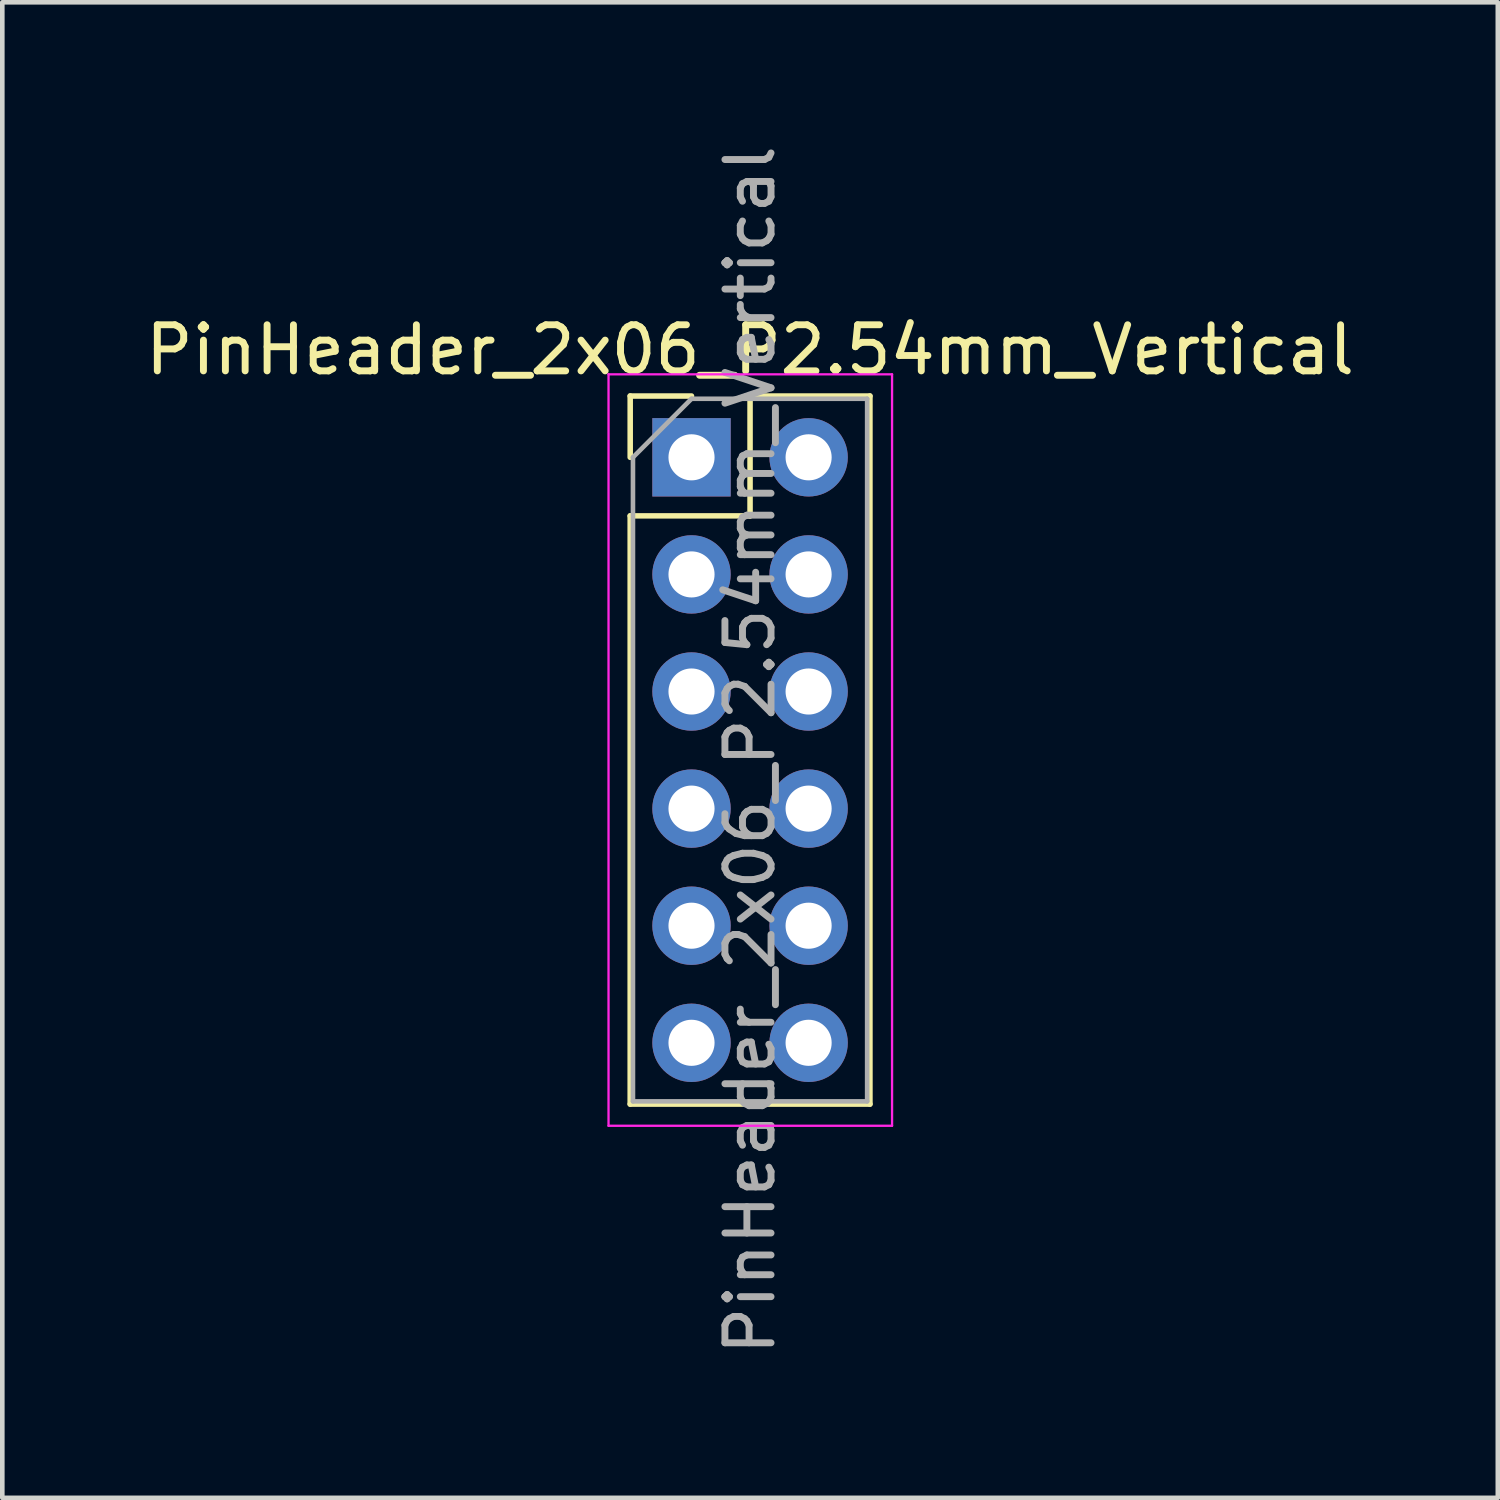
<source format=kicad_pcb>
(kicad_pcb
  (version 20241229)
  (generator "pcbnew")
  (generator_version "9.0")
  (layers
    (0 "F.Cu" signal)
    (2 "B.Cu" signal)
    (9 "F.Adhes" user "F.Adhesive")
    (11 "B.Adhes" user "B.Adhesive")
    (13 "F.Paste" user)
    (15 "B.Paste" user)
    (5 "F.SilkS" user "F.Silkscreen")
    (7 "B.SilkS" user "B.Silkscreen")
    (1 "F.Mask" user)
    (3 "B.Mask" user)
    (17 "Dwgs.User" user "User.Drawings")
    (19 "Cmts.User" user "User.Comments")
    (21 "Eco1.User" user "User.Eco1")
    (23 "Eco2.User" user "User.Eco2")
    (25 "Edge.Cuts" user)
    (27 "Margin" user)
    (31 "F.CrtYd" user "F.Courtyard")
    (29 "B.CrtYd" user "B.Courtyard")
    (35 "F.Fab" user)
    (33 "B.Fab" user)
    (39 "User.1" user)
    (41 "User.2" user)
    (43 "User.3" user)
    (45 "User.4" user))
  (footprint "PinHeader_2x06_P2.54mm_Vertical"
    (layer "F.Cu")
    (at 11.95 6.87)
    (property "Reference" "PinHeader_2x06_P2.54mm_Vertical" (at 1.27 -2.33 0) (layer "F.SilkS") (effects (font (size 1 1) (thickness 0.15))))
    (attr through_hole)
    (fp_line (start -1.33 -1.33) (end 0 -1.33) (stroke (width 0.12) (type solid)) (layer "F.SilkS"))
    (fp_line (start -1.33 0) (end -1.33 -1.33) (stroke (width 0.12) (type solid)) (layer "F.SilkS"))
    (fp_line (start -1.33 1.27) (end -1.33 14.03) (stroke (width 0.12) (type solid)) (layer "F.SilkS"))
    (fp_line (start -1.33 1.27) (end 1.27 1.27) (stroke (width 0.12) (type solid)) (layer "F.SilkS"))
    (fp_line (start -1.33 14.03) (end 3.87 14.03) (stroke (width 0.12) (type solid)) (layer "F.SilkS"))
    (fp_line (start 1.27 -1.33) (end 3.87 -1.33) (stroke (width 0.12) (type solid)) (layer "F.SilkS"))
    (fp_line (start 1.27 1.27) (end 1.27 -1.33) (stroke (width 0.12) (type solid)) (layer "F.SilkS"))
    (fp_line (start 3.87 -1.33) (end 3.87 14.03) (stroke (width 0.12) (type solid)) (layer "F.SilkS"))
    (fp_line (start -1.8 -1.8) (end -1.8 14.5) (stroke (width 0.05) (type solid)) (layer "F.CrtYd"))
    (fp_line (start -1.8 14.5) (end 4.35 14.5) (stroke (width 0.05) (type solid)) (layer "F.CrtYd"))
    (fp_line (start 4.35 -1.8) (end -1.8 -1.8) (stroke (width 0.05) (type solid)) (layer "F.CrtYd"))
    (fp_line (start 4.35 14.5) (end 4.35 -1.8) (stroke (width 0.05) (type solid)) (layer "F.CrtYd"))
    (fp_line (start -1.27 0) (end 0 -1.27) (stroke (width 0.1) (type solid)) (layer "F.Fab"))
    (fp_line (start -1.27 13.97) (end -1.27 0) (stroke (width 0.1) (type solid)) (layer "F.Fab"))
    (fp_line (start 0 -1.27) (end 3.81 -1.27) (stroke (width 0.1) (type solid)) (layer "F.Fab"))
    (fp_line (start 3.81 -1.27) (end 3.81 13.97) (stroke (width 0.1) (type solid)) (layer "F.Fab"))
    (fp_line (start 3.81 13.97) (end -1.27 13.97) (stroke (width 0.1) (type solid)) (layer "F.Fab"))
    (fp_text user "${REFERENCE}" (at 1.27 6.35 90) (layer "F.Fab") (effects (font (size 1 1) (thickness 0.15))))
    (pad "1" thru_hole rect (at 0 0) (size 1.7 1.7) (drill 1) (layers "*.Cu" "*.Mask"))
    (pad "2" thru_hole oval (at 2.54 0) (size 1.7 1.7) (drill 1) (layers "*.Cu" "*.Mask"))
    (pad "3" thru_hole oval (at 0 2.54) (size 1.7 1.7) (drill 1) (layers "*.Cu" "*.Mask"))
    (pad "4" thru_hole oval (at 2.54 2.54) (size 1.7 1.7) (drill 1) (layers "*.Cu" "*.Mask"))
    (pad "5" thru_hole oval (at 0 5.08) (size 1.7 1.7) (drill 1) (layers "*.Cu" "*.Mask"))
    (pad "6" thru_hole oval (at 2.54 5.08) (size 1.7 1.7) (drill 1) (layers "*.Cu" "*.Mask"))
    (pad "7" thru_hole oval (at 0 7.62) (size 1.7 1.7) (drill 1) (layers "*.Cu" "*.Mask"))
    (pad "8" thru_hole oval (at 2.54 7.62) (size 1.7 1.7) (drill 1) (layers "*.Cu" "*.Mask"))
    (pad "9" thru_hole oval (at 0 10.16) (size 1.7 1.7) (drill 1) (layers "*.Cu" "*.Mask"))
    (pad "10" thru_hole oval (at 2.54 10.16) (size 1.7 1.7) (drill 1) (layers "*.Cu" "*.Mask"))
    (pad "11" thru_hole oval (at 0 12.7) (size 1.7 1.7) (drill 1) (layers "*.Cu" "*.Mask"))
    (pad "12" thru_hole oval (at 2.54 12.7) (size 1.7 1.7) (drill 1) (layers "*.Cu" "*.Mask")))
  (gr_rect
    (start -3 -3)
    (end 29.44 29.44)
    (stroke (width 0.1) (type default))
    (fill no)
    (layer "Edge.Cuts")))
</source>
